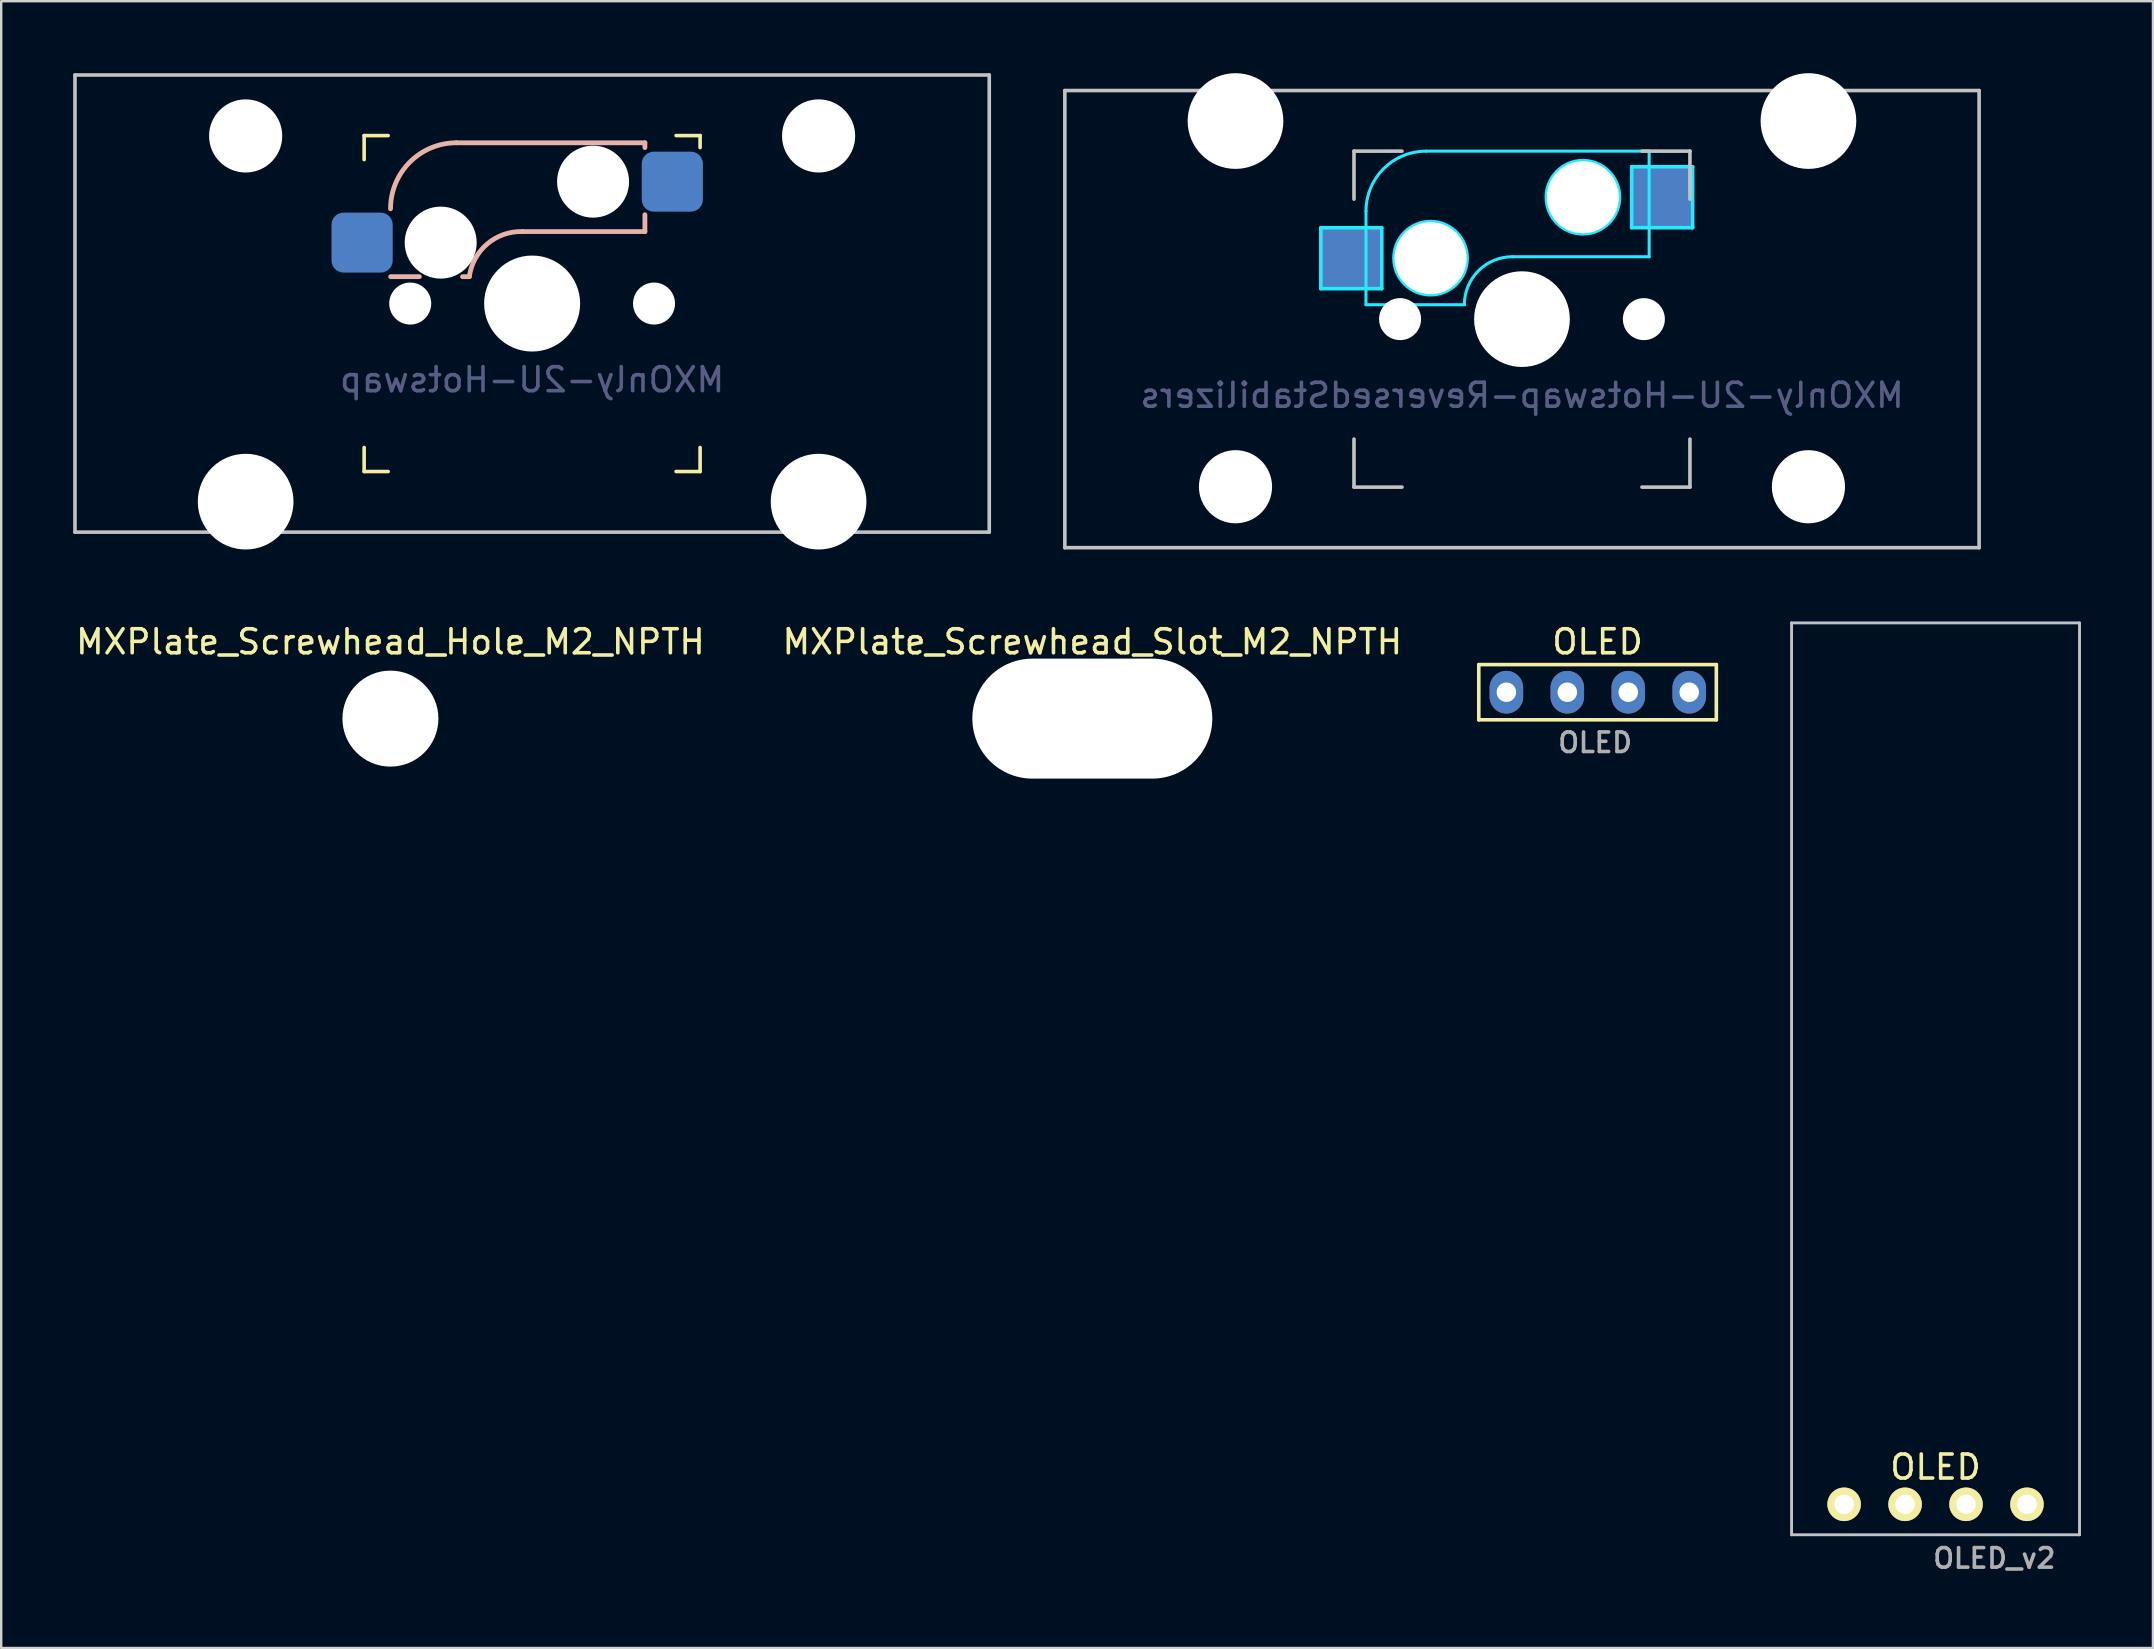
<source format=kicad_pcb>
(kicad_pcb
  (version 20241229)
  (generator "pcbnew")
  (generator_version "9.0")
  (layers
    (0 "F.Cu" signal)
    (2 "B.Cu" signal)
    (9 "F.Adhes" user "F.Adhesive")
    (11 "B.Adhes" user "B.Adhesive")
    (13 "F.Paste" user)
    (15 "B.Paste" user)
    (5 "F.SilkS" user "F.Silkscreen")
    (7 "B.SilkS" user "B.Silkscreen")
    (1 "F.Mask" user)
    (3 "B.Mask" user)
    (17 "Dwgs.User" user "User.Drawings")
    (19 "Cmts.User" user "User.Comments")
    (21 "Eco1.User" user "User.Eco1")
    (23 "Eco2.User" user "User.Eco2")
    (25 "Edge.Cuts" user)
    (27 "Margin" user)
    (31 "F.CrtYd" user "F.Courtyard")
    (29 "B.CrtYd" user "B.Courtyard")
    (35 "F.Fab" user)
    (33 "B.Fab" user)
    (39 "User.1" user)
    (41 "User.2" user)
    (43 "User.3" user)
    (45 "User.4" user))
  (footprint "OLED"
    (layer "F.Cu")
    (at 63.525 25.797)
    (property "Reference" "OLED" (at -0.1 2.1 180) (layer "F.Fab") (effects (font (size 0.813 0.813) (thickness 0.15))))
    (attr through_hole)
    (fp_line (start -4.95 -1.15) (end 4.95 -1.15) (stroke (width 0.15) (type solid)) (layer "F.SilkS"))
    (fp_line (start -4.95 1.15) (end -4.95 -1.15) (stroke (width 0.15) (type solid)) (layer "F.SilkS"))
    (fp_line (start -4.95 1.15) (end 4.95 1.15) (stroke (width 0.15) (type solid)) (layer "F.SilkS"))
    (fp_line (start 4.95 -1.15) (end 4.95 1.15) (stroke (width 0.15) (type solid)) (layer "F.SilkS"))
    (fp_text user "OLED" (at 0 -2.1 0) (layer "F.SilkS") (effects (font (size 1 1) (thickness 0.15))))
    (pad "1" thru_hole oval (at -3.8 0) (size 1.397 1.778) (drill 0.813) (layers "*.Cu" "B.Mask"))
    (pad "2" thru_hole oval (at -1.26 0) (size 1.397 1.778) (drill 0.813) (layers "*.Cu" "B.Mask"))
    (pad "3" thru_hole oval (at 1.28 0) (size 1.397 1.778) (drill 0.813) (layers "*.Cu" "B.Mask"))
    (pad "4" thru_hole oval (at 3.82 0) (size 1.397 1.778) (drill 0.813) (layers "*.Cu" "B.Mask")))
  (footprint "MXPlate_Screwhead_Slot_M2_NPTH"
    (layer "F.Cu")
    (at 42.47 26.897)
    (property "Reference" "MXPlate_Screwhead_Slot_M2_NPTH" (at 0 -3.2 0) (layer "F.SilkS") (effects (font (size 1 1) (thickness 0.15))))
    (attr exclude_from_pos_files exclude_from_bom)
    (pad "" np_thru_hole oval (at 0 0) (size 10 5) (drill oval 10 5) (layers "*.Cu" "*.Mask")))
  (footprint "MXPlate_Screwhead_Hole_M2_NPTH"
    (layer "F.Cu")
    (at 13.22 26.897)
    (property "Reference" "MXPlate_Screwhead_Hole_M2_NPTH" (at 0 -3.2 0) (layer "F.SilkS") (effects (font (size 1 1) (thickness 0.15))))
    (attr exclude_from_pos_files exclude_from_bom)
    (pad "" np_thru_hole circle (at 0 0) (size 4 4) (drill 4) (layers "*.Cu" "*.Mask")))
  (footprint "MXOnly-2U-Hotswap"
    (layer "F.Cu")
    (at 19.125 9.6)
    (property "Reference" "MXOnly-2U-Hotswap" (at 0 3.175 0) (layer "B.Fab") (effects (font (size 1 1) (thickness 0.15)) (justify mirror)))
    (attr smd)
    (fp_line (start -7 -7) (end -6 -7) (stroke (width 0.15) (type solid)) (layer "F.SilkS"))
    (fp_line (start -7 -6) (end -7 -7) (stroke (width 0.15) (type solid)) (layer "F.SilkS"))
    (fp_line (start -7 6) (end -7 7) (stroke (width 0.15) (type solid)) (layer "F.SilkS"))
    (fp_line (start -7 7) (end -6 7) (stroke (width 0.15) (type solid)) (layer "F.SilkS"))
    (fp_line (start 6 7) (end 7 7) (stroke (width 0.15) (type solid)) (layer "F.SilkS"))
    (fp_line (start 7 -7) (end 6 -7) (stroke (width 0.15) (type solid)) (layer "F.SilkS"))
    (fp_line (start 7 -7) (end 7 -6.5) (stroke (width 0.15) (type solid)) (layer "F.SilkS"))
    (fp_line (start 7 7) (end 7 6) (stroke (width 0.15) (type solid)) (layer "F.SilkS"))
    (fp_line (start -5.896 -1.121) (end -4.7 -1.121) (stroke (width 0.2) (type solid)) (layer "B.SilkS"))
    (fp_line (start -3.15 -6.7) (end 4.7 -6.7) (stroke (width 0.2) (type solid)) (layer "B.SilkS"))
    (fp_line (start -2.9 -1.121) (end -2.616 -1.121) (stroke (width 0.2) (type solid)) (layer "B.SilkS"))
    (fp_line (start -0.4 -3) (end 4.7 -3) (stroke (width 0.2) (type solid)) (layer "B.SilkS"))
    (fp_line (start 4.7 -6.5) (end 4.7 -6.7) (stroke (width 0.2) (type solid)) (layer "B.SilkS"))
    (fp_line (start 4.7 -3) (end 4.7 -3.7) (stroke (width 0.2) (type solid)) (layer "B.SilkS"))
    (fp_arc (start -5.9 -3.95) (mid -5.094544 -5.894544) (end -3.15 -6.7) (stroke (width 0.2) (type solid)) (layer "B.SilkS"))
    (fp_arc (start -2.616318 -1.121471) (mid -1.868709 -2.486118) (end -0.4 -3) (stroke (width 0.2) (type solid)) (layer "B.SilkS"))
    (fp_line (start -19.05 -9.525) (end 19.05 -9.525) (stroke (width 0.15) (type solid)) (layer "Dwgs.User"))
    (fp_line (start -19.05 9.525) (end -19.05 -9.525) (stroke (width 0.15) (type solid)) (layer "Dwgs.User"))
    (fp_line (start 19.05 -9.525) (end 19.05 9.525) (stroke (width 0.15) (type solid)) (layer "Dwgs.User"))
    (fp_line (start 19.05 9.525) (end -19.05 9.525) (stroke (width 0.15) (type solid)) (layer "Dwgs.User"))
    (pad "" np_thru_hole circle (at -11.938 -6.985) (size 3.048 3.048) (drill 3.048) (layers "*.Cu" "*.Mask"))
    (pad "" np_thru_hole circle (at -11.938 8.255) (size 3.988 3.988) (drill 3.988) (layers "*.Cu" "*.Mask"))
    (pad "" np_thru_hole circle (at -5.08 0) (size 1.75 1.75) (drill 1.75) (layers "*.Cu" "*.Mask"))
    (pad "" np_thru_hole circle (at -3.81 -2.54) (size 3 3) (drill 3) (layers "*.Cu" "*.Mask"))
    (pad "" np_thru_hole circle (at 0 0 90) (size 4 4) (drill 4) (layers "*.Cu" "*.Mask"))
    (pad "" np_thru_hole circle (at 2.54 -5.08) (size 3 3) (drill 3) (layers "*.Cu" "*.Mask"))
    (pad "" np_thru_hole circle (at 5.08 0) (size 1.75 1.75) (drill 1.8) (layers "*.Cu" "*.Mask"))
    (pad "" np_thru_hole circle (at 11.938 -6.985) (size 3.048 3.048) (drill 3.048) (layers "*.Cu" "*.Mask"))
    (pad "" np_thru_hole circle (at 11.938 8.255) (size 3.988 3.988) (drill 3.988) (layers "*.Cu" "*.Mask"))
    (pad "1" smd roundrect (at -7.085 -2.54 180) (size 2.55 2.5) (layers "B.Cu" "B.Mask" "B.Paste") (roundrect_rratio 0.2))
    (pad "2" smd roundrect (at 5.842 -5.08 180) (size 2.55 2.5) (layers "B.Cu" "B.Mask" "B.Paste") (roundrect_rratio 0.2)))
  (footprint "MXOnly-2U-Hotswap-ReversedStabilizers"
    (layer "F.Cu")
    (at 60.375 10.249)
    (property "Reference" "MXOnly-2U-Hotswap-ReversedStabilizers" (at 0 3.175 0) (layer "B.Fab") (effects (font (size 1 1) (thickness 0.15)) (justify mirror)))
    (attr smd)
    (fp_line (start -19.05 -9.525) (end 19.05 -9.525) (stroke (width 0.15) (type solid)) (layer "Dwgs.User"))
    (fp_line (start -19.05 9.525) (end -19.05 -9.525) (stroke (width 0.15) (type solid)) (layer "Dwgs.User"))
    (fp_line (start -7 -7) (end -7 -5) (stroke (width 0.15) (type solid)) (layer "Dwgs.User"))
    (fp_line (start -7 5) (end -7 7) (stroke (width 0.15) (type solid)) (layer "Dwgs.User"))
    (fp_line (start -7 7) (end -5 7) (stroke (width 0.15) (type solid)) (layer "Dwgs.User"))
    (fp_line (start -5 -7) (end -7 -7) (stroke (width 0.15) (type solid)) (layer "Dwgs.User"))
    (fp_line (start 5 -7) (end 7 -7) (stroke (width 0.15) (type solid)) (layer "Dwgs.User"))
    (fp_line (start 5 7) (end 7 7) (stroke (width 0.15) (type solid)) (layer "Dwgs.User"))
    (fp_line (start 7 -7) (end 7 -5) (stroke (width 0.15) (type solid)) (layer "Dwgs.User"))
    (fp_line (start 7 7) (end 7 5) (stroke (width 0.15) (type solid)) (layer "Dwgs.User"))
    (fp_line (start 19.05 -9.525) (end 19.05 9.525) (stroke (width 0.15) (type solid)) (layer "Dwgs.User"))
    (fp_line (start 19.05 9.525) (end -19.05 9.525) (stroke (width 0.15) (type solid)) (layer "Dwgs.User"))
    (fp_line (start -8.382 -3.81) (end -5.842 -3.81) (stroke (width 0.15) (type solid)) (layer "B.CrtYd"))
    (fp_line (start -8.382 -1.27) (end -8.382 -3.81) (stroke (width 0.15) (type solid)) (layer "B.CrtYd"))
    (fp_line (start -6.5 -4.5) (end -6.5 -0.6) (stroke (width 0.127) (type solid)) (layer "B.CrtYd"))
    (fp_line (start -6.5 -0.6) (end -2.4 -0.6) (stroke (width 0.127) (type solid)) (layer "B.CrtYd"))
    (fp_line (start -5.842 -3.81) (end -5.842 -1.27) (stroke (width 0.15) (type solid)) (layer "B.CrtYd"))
    (fp_line (start -5.842 -1.27) (end -8.382 -1.27) (stroke (width 0.15) (type solid)) (layer "B.CrtYd"))
    (fp_line (start -0.4 -2.6) (end 5.3 -2.6) (stroke (width 0.127) (type solid)) (layer "B.CrtYd"))
    (fp_line (start 4.572 -6.35) (end 7.112 -6.35) (stroke (width 0.15) (type solid)) (layer "B.CrtYd"))
    (fp_line (start 4.572 -3.81) (end 4.572 -6.35) (stroke (width 0.15) (type solid)) (layer "B.CrtYd"))
    (fp_line (start 5.3 -7) (end -4 -7) (stroke (width 0.127) (type solid)) (layer "B.CrtYd"))
    (fp_line (start 5.3 -7) (end 5.3 -2.6) (stroke (width 0.127) (type solid)) (layer "B.CrtYd"))
    (fp_line (start 7.112 -6.35) (end 7.112 -3.81) (stroke (width 0.15) (type solid)) (layer "B.CrtYd"))
    (fp_line (start 7.112 -3.81) (end 4.572 -3.81) (stroke (width 0.15) (type solid)) (layer "B.CrtYd"))
    (fp_arc (start -6.5 -4.5) (mid -5.767767 -6.267767) (end -4 -7) (stroke (width 0.127) (type solid)) (layer "B.CrtYd"))
    (fp_arc (start -2.4 -0.6) (mid -1.814214 -2.014214) (end -0.4 -2.6) (stroke (width 0.127) (type solid)) (layer "B.CrtYd"))
    (fp_circle (center -3.81 -2.54) (end -3.81 -4.064) (stroke (width 0.15) (type solid)) (fill no) (layer "B.CrtYd"))
    (fp_circle (center 2.54 -5.08) (end 2.54 -6.604) (stroke (width 0.15) (type solid)) (fill no) (layer "B.CrtYd"))
    (pad "" np_thru_hole circle (at -11.938 -8.255) (size 3.988 3.988) (drill 3.988) (layers "*.Cu" "*.Mask"))
    (pad "" np_thru_hole circle (at -11.938 6.985) (size 3.048 3.048) (drill 3.048) (layers "*.Cu" "*.Mask"))
    (pad "" np_thru_hole circle (at -5.08 0 48.1) (size 1.75 1.75) (drill 1.75) (layers "*.Cu" "*.Mask"))
    (pad "" np_thru_hole circle (at -3.81 -2.54) (size 3 3) (drill 3) (layers "*.Cu" "*.Mask"))
    (pad "" np_thru_hole circle (at 0 0) (size 3.988 3.988) (drill 3.988) (layers "*.Cu" "*.Mask"))
    (pad "" np_thru_hole circle (at 2.54 -5.08) (size 3 3) (drill 3) (layers "*.Cu" "*.Mask"))
    (pad "" np_thru_hole circle (at 5.08 0 48.1) (size 1.75 1.75) (drill 1.75) (layers "*.Cu" "*.Mask"))
    (pad "" np_thru_hole circle (at 11.938 -8.255) (size 3.988 3.988) (drill 3.988) (layers "*.Cu" "*.Mask"))
    (pad "" np_thru_hole circle (at 11.938 6.985) (size 3.048 3.048) (drill 3.048) (layers "*.Cu" "*.Mask"))
    (pad "1" smd rect (at -7.085 -2.54) (size 2.55 2.5) (layers "B.Cu" "B.Mask" "B.Paste"))
    (pad "2" smd rect (at 5.842 -5.08) (size 2.55 2.5) (layers "B.Cu" "B.Mask" "B.Paste")))
  (footprint "OLED_v2"
    (layer "F.Cu")
    (at 77.61 59.639)
    (property "Reference" "OLED_v2" (at 2.45 2.25 180) (layer "F.Fab") (effects (font (size 0.813 0.813) (thickness 0.15))))
    (attr through_hole)
    (fp_line (start -6 -36.73) (end 6 -36.73) (stroke (width 0.12) (type solid)) (layer "Dwgs.User"))
    (fp_line (start -6 1.27) (end -6 -36.73) (stroke (width 0.12) (type solid)) (layer "Dwgs.User"))
    (fp_line (start -6 1.27) (end 6 1.27) (stroke (width 0.12) (type solid)) (layer "Dwgs.User"))
    (fp_line (start 6 -36.73) (end 6 1.27) (stroke (width 0.12) (type solid)) (layer "Dwgs.User"))
    (fp_text user "OLED" (at 0 -1.55 0) (layer "F.SilkS") (effects (font (size 1 1) (thickness 0.15))))
    (pad "1" thru_hole circle (at -3.81 0) (size 1.397 1.397) (drill 0.813) (layers "*.Cu" "B.Mask" "F.SilkS"))
    (pad "2" thru_hole circle (at -1.27 0) (size 1.397 1.397) (drill 0.813) (layers "*.Cu" "B.Mask" "F.SilkS"))
    (pad "3" thru_hole circle (at 1.27 0) (size 1.397 1.397) (drill 0.813) (layers "*.Cu" "B.Mask" "F.SilkS"))
    (pad "4" thru_hole circle (at 3.81 0) (size 1.397 1.397) (drill 0.813) (layers "*.Cu" "B.Mask" "F.SilkS")))
  (gr_rect
    (start -3 -3)
    (end 86.67 65.628)
    (stroke (width 0.1) (type default))
    (fill no)
    (layer "Edge.Cuts")))
</source>
